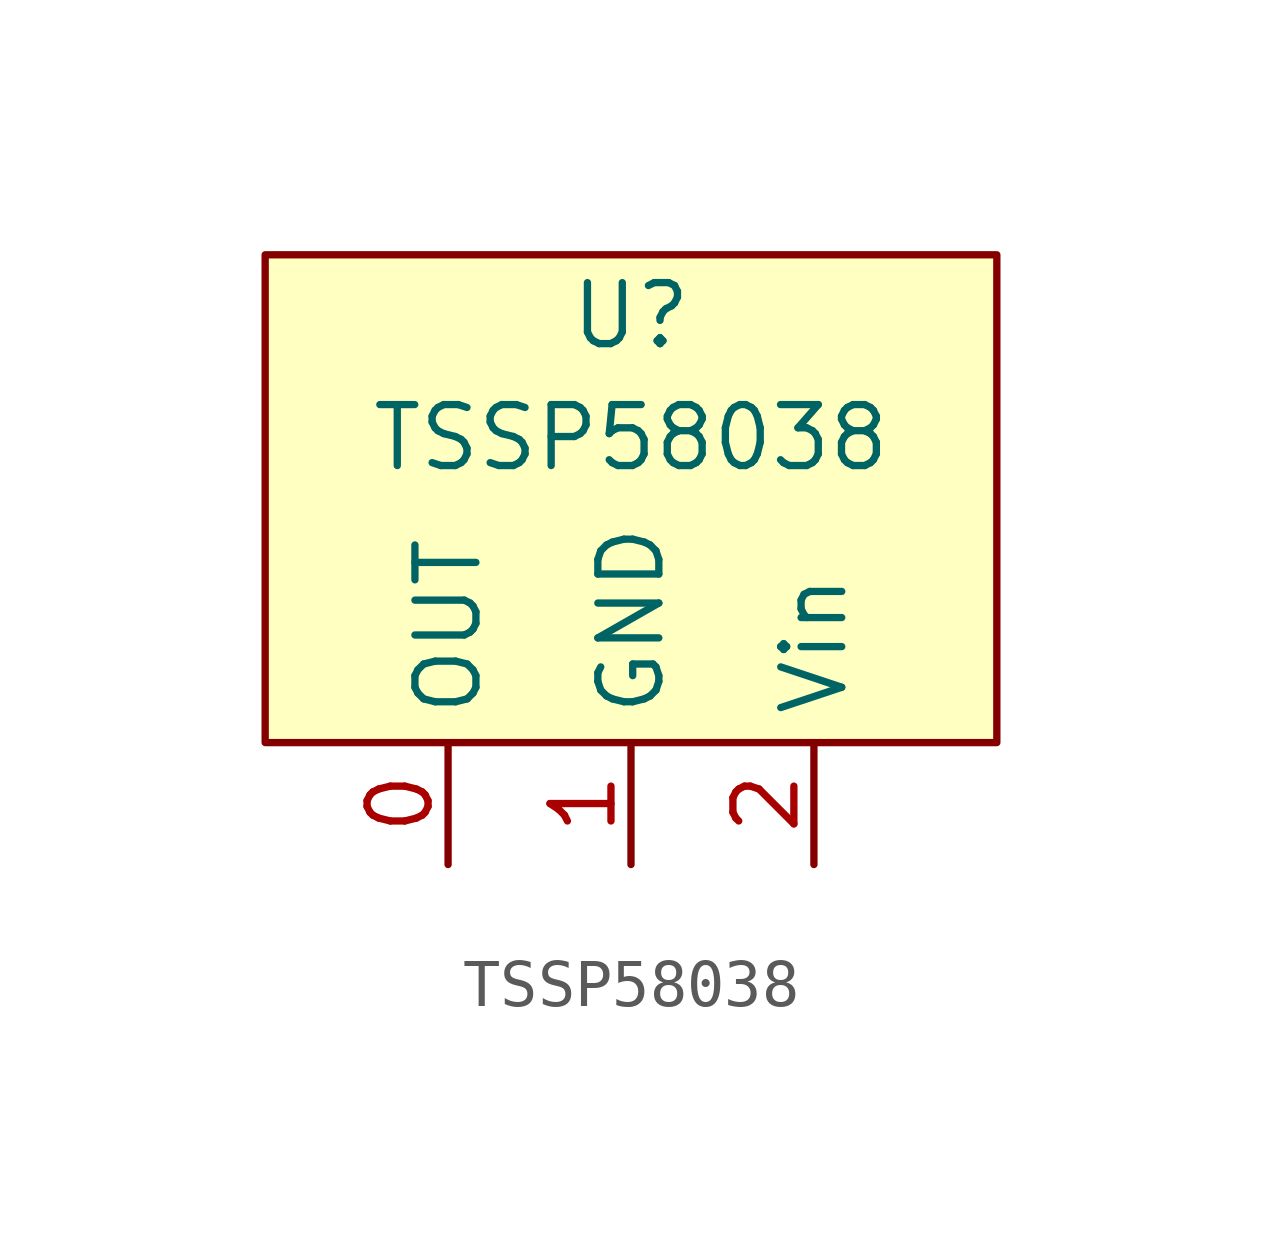
<source format=kicad_sym>
(kicad_symbol_lib
  (version 20211014)
  (generator kicad_symbol_editor)
  (symbol "TSSP58038"
    (property "Reference" "U"
      (at 0 3.81 0)
      (effects (font (size 1.27 1.27))))
    (property "Value" "TSSP58038"
      (at 0 1.27 0)
      (effects (font (size 1.27 1.27))))
    (symbol "TSSP58038_0_1"
      (rectangle (start -7.62 5.08) (end 7.62 -5.08) (stroke (width 0) (type default) (color 0 0 0 0)) (fill (type background))))
    (symbol "TSSP58038_1_1"
      (pin output line (at -3.81 -7.62 90) (length 2.54) (name "OUT" (effects (font (size 1.27 1.27)))) (number "0" (effects (font (size 1.27 1.27)))))
      (pin input line (at 0 -7.62 90) (length 2.54) (name "GND" (effects (font (size 1.27 1.27)))) (number "1" (effects (font (size 1.27 1.27)))))
      (pin power_in line (at 3.81 -7.62 90) (length 2.54) (name "Vin" (effects (font (size 1.27 1.27)))) (number "2" (effects (font (size 1.27 1.27))))))))
</source>
